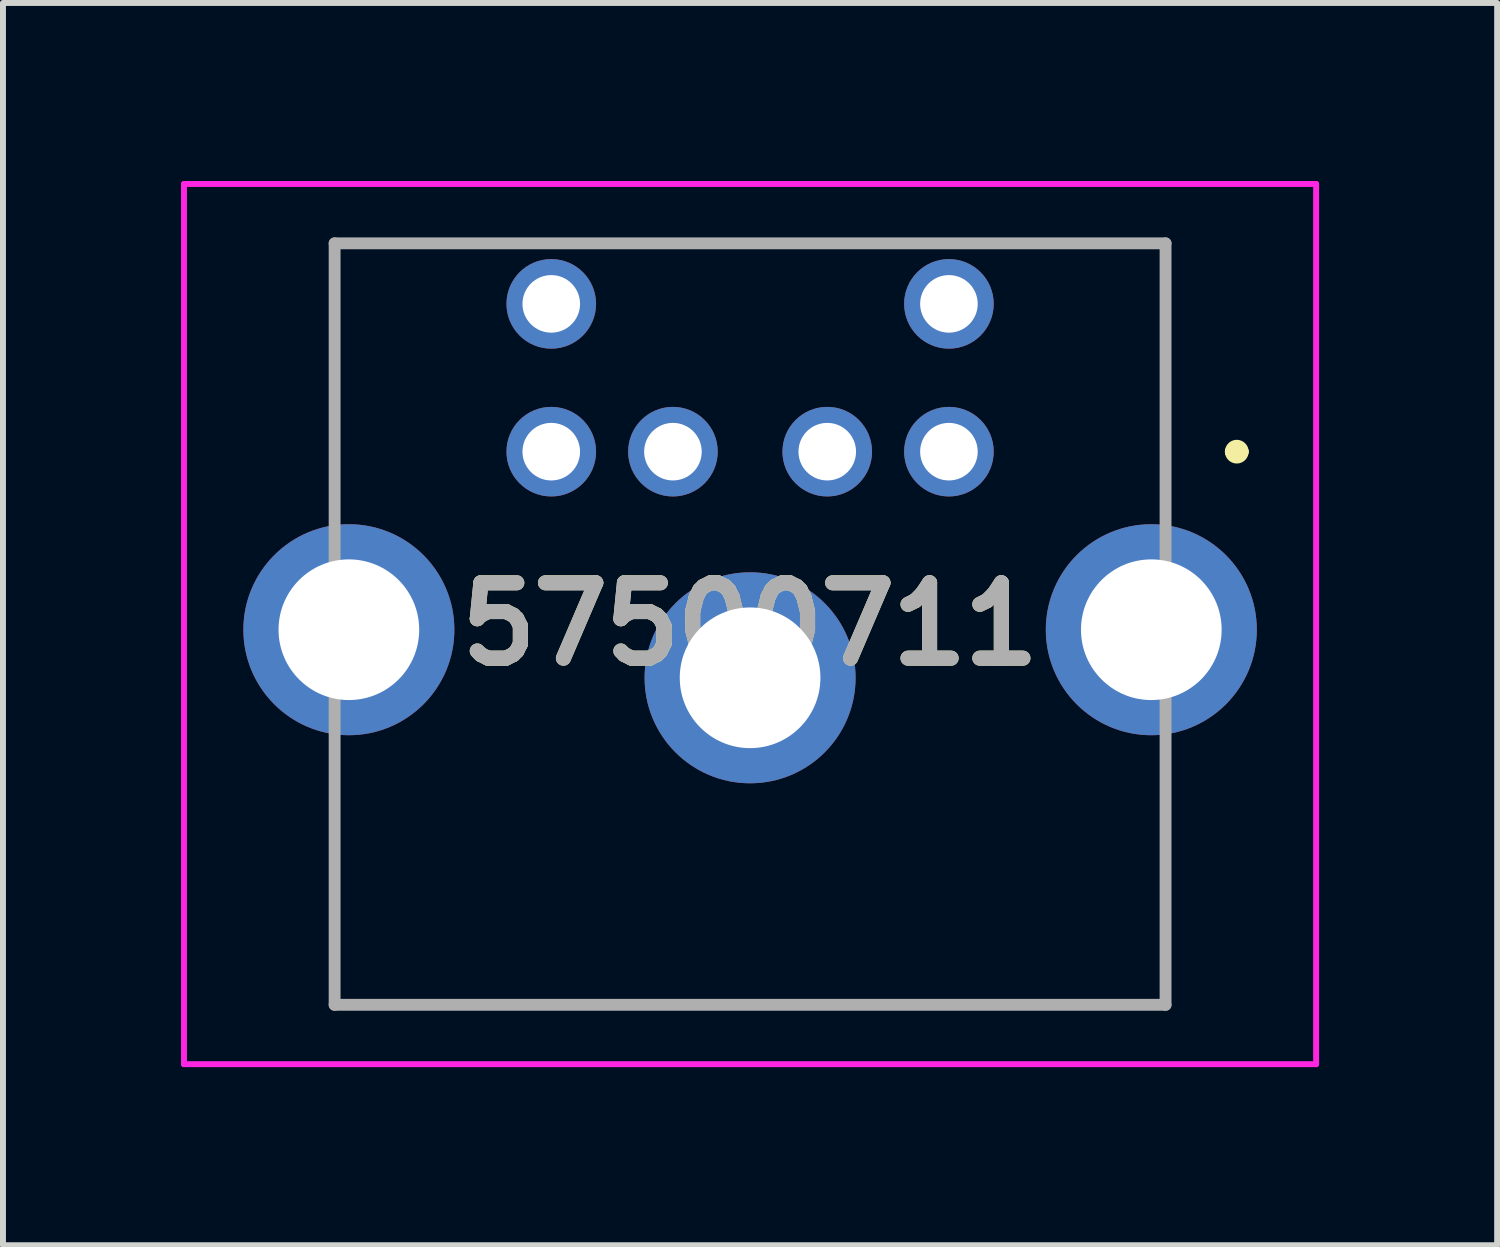
<source format=kicad_pcb>
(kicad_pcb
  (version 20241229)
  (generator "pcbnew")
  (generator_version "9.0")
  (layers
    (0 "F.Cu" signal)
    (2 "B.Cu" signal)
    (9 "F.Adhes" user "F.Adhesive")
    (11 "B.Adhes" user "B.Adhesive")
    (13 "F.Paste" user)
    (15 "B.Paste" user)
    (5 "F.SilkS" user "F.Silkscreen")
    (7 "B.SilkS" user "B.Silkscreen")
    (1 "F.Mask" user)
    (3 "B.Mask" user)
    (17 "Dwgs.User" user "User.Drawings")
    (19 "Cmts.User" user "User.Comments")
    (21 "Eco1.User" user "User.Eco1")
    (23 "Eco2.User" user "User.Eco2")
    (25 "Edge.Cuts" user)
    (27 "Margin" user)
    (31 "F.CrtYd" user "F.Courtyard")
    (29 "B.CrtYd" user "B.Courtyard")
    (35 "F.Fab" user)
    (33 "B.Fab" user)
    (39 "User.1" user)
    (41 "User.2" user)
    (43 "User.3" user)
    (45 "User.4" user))
  (footprint "57500711"
    (layer "F.Cu")
    (at 10.888 4.56)
    (property "Reference" "57500711" (at -1.3 2.905 0) (layer "F.SilkS") (effects (font (size 1.27 1.27) (thickness 0.254))))
    (attr through_hole)
    (fp_line (start -8.3 -3.51) (end 5.7 -3.51) (stroke (width 0.1) (type solid)) (layer "F.SilkS"))
    (fp_line (start -8.3 0.81) (end -8.3 -3.51) (stroke (width 0.1) (type solid)) (layer "F.SilkS"))
    (fp_line (start -8.3 5.31) (end -8.3 9.32) (stroke (width 0.1) (type solid)) (layer "F.SilkS"))
    (fp_line (start -8.3 9.32) (end 5.7 9.31) (stroke (width 0.1) (type solid)) (layer "F.SilkS"))
    (fp_line (start 5.7 -3.51) (end 5.7 0.81) (stroke (width 0.1) (type solid)) (layer "F.SilkS"))
    (fp_line (start 5.7 9.31) (end 5.7 5.31) (stroke (width 0.1) (type solid)) (layer "F.SilkS"))
    (fp_line (start 6.8 0) (end 6.8 0) (stroke (width 0.2) (type solid)) (layer "F.SilkS"))
    (fp_line (start 7 0) (end 7 0) (stroke (width 0.2) (type solid)) (layer "F.SilkS"))
    (fp_arc (start 6.8 0) (mid 6.9 -0.1) (end 7 0) (stroke (width 0.2) (type solid)) (layer "F.SilkS"))
    (fp_arc (start 7 0) (mid 6.9 0.1) (end 6.8 0) (stroke (width 0.2) (type solid)) (layer "F.SilkS"))
    (fp_line (start -10.838 -4.51) (end -10.838 10.32) (stroke (width 0.1) (type solid)) (layer "F.CrtYd"))
    (fp_line (start -10.838 10.32) (end 8.237 10.32) (stroke (width 0.1) (type solid)) (layer "F.CrtYd"))
    (fp_line (start 8.237 -4.51) (end -10.838 -4.51) (stroke (width 0.1) (type solid)) (layer "F.CrtYd"))
    (fp_line (start 8.237 10.32) (end 8.237 -4.51) (stroke (width 0.1) (type solid)) (layer "F.CrtYd"))
    (fp_line (start -8.3 -3.51) (end -8.3 9.32) (stroke (width 0.2) (type solid)) (layer "F.Fab"))
    (fp_line (start -8.3 9.32) (end 5.7 9.32) (stroke (width 0.2) (type solid)) (layer "F.Fab"))
    (fp_line (start 5.7 -3.51) (end -8.3 -3.51) (stroke (width 0.2) (type solid)) (layer "F.Fab"))
    (fp_line (start 5.7 9.32) (end 5.7 -3.51) (stroke (width 0.2) (type solid)) (layer "F.Fab"))
    (fp_text user "${REFERENCE}" (at -1.3 2.905 0) (layer "F.Fab") (effects (font (size 1.27 1.27) (thickness 0.254))))
    (pad "1" thru_hole circle (at 0 0) (size 1.509 1.509) (drill 0.97) (layers "*.Cu" "*.Mask"))
    (pad "2" thru_hole circle (at -2.6 0) (size 1.509 1.509) (drill 0.97) (layers "*.Cu" "*.Mask"))
    (pad "3" thru_hole circle (at 2.05 0) (size 1.509 1.509) (drill 0.97) (layers "*.Cu" "*.Mask"))
    (pad "4" thru_hole circle (at -4.65 0) (size 1.509 1.509) (drill 0.97) (layers "*.Cu" "*.Mask"))
    (pad "5" thru_hole circle (at 2.05 -2.49) (size 1.509 1.509) (drill 0.97) (layers "*.Cu" "*.Mask"))
    (pad "6" thru_hole circle (at -4.65 -2.49) (size 1.509 1.509) (drill 0.97) (layers "*.Cu" "*.Mask"))
    (pad "MH1" thru_hole circle (at 5.46 3) (size 3.555 3.555) (drill 2.37) (layers "*.Cu" "*.Mask"))
    (pad "MH2" thru_hole circle (at -1.3 3.81) (size 3.555 3.555) (drill 2.37) (layers "*.Cu" "*.Mask"))
    (pad "MH3" thru_hole circle (at -8.06 3) (size 3.555 3.555) (drill 2.37) (layers "*.Cu" "*.Mask")))
  (gr_rect
    (start -3 -3)
    (end 22.175 17.93)
    (stroke (width 0.1) (type default))
    (fill no)
    (layer "Edge.Cuts")))
</source>
